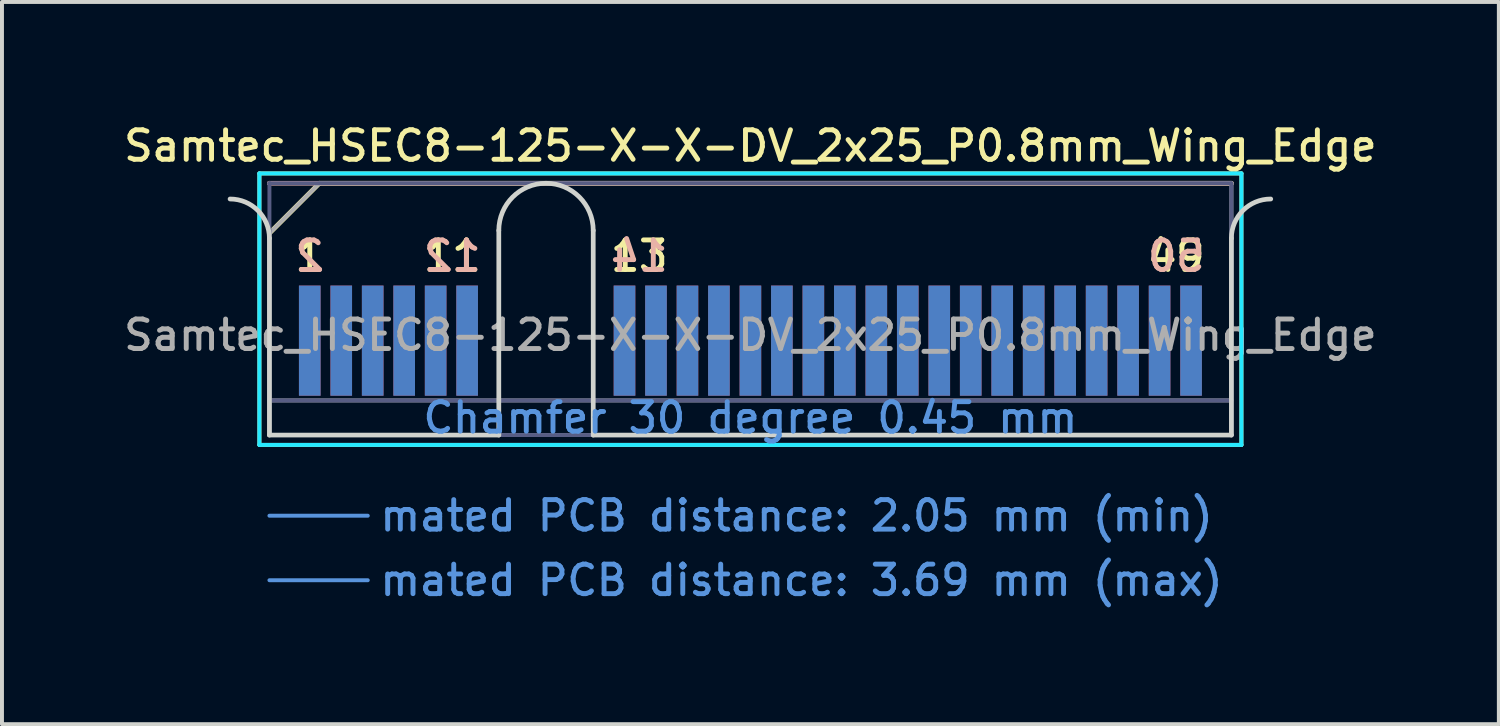
<source format=kicad_pcb>
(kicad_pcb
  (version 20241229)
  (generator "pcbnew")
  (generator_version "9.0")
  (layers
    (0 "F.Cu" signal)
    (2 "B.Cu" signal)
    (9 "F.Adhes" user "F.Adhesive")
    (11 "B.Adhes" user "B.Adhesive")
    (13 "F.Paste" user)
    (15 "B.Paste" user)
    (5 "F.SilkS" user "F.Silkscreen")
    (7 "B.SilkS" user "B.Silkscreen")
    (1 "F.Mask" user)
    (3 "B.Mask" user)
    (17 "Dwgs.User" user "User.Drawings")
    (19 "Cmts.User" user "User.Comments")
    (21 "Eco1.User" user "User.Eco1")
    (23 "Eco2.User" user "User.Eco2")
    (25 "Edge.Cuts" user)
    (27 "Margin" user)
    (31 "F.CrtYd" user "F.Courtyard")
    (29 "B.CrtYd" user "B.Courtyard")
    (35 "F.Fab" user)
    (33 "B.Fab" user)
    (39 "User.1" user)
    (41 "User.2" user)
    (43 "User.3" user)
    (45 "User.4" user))
  (footprint "Samtec_HSEC8-125-X-X-DV_2x25_P0.8mm_Wing_Edge"
    (layer "F.Cu")
    (at 16.023 8.008)
    (property "Reference" "Samtec_HSEC8-125-X-X-DV_2x25_P0.8mm_Wing_Edge" (at 0 -7.35 0) (layer "F.SilkS") (effects (font (size 0.75 0.75) (thickness 0.125))))
    (attr exclude_from_pos_files exclude_from_bom)
    (fp_line (start -12.48 -6.65) (end -12.48 0.25) (stroke (width 0.1) (type solid)) (layer "F.SilkS"))
    (fp_line (start -12.48 0.25) (end 12.48 0.25) (stroke (width 0.1) (type solid)) (layer "F.SilkS"))
    (fp_line (start -12.225 -5.13) (end -10.955 -6.4) (stroke (width 0.12) (type solid)) (layer "F.SilkS"))
    (fp_line (start -10.955 -6.4) (end 12.225 -6.4) (stroke (width 0.12) (type solid)) (layer "F.SilkS"))
    (fp_line (start 12.48 -6.65) (end -12.48 -6.65) (stroke (width 0.1) (type solid)) (layer "F.SilkS"))
    (fp_line (start 12.48 0.25) (end 12.48 -6.65) (stroke (width 0.1) (type solid)) (layer "F.SilkS"))
    (fp_line (start -12.225 -6.4) (end -12.225 -6.4) (stroke (width 0.12) (type solid)) (layer "B.SilkS"))
    (fp_line (start -12.225 -6.4) (end 12.225 -6.4) (stroke (width 0.12) (type solid)) (layer "B.SilkS"))
    (fp_line (start -12.225 2.05) (end -9.725 2.05) (stroke (width 0.1) (type solid)) (layer "Cmts.User"))
    (fp_line (start -12.225 3.69) (end -9.725 3.69) (stroke (width 0.1) (type solid)) (layer "Cmts.User"))
    (fp_line (start -12.225 -5) (end -12.225 0) (stroke (width 0.12) (type solid)) (layer "Edge.Cuts"))
    (fp_line (start -12.225 0) (end -6.395 0) (stroke (width 0.12) (type solid)) (layer "Edge.Cuts"))
    (fp_line (start -6.395 0) (end -6.395 -5.2) (stroke (width 0.12) (type solid)) (layer "Edge.Cuts"))
    (fp_line (start -3.995 -5.2) (end -3.995 0) (stroke (width 0.12) (type solid)) (layer "Edge.Cuts"))
    (fp_line (start -3.995 0) (end 12.225 0) (stroke (width 0.12) (type solid)) (layer "Edge.Cuts"))
    (fp_line (start 12.225 0) (end 12.225 -5) (stroke (width 0.12) (type solid)) (layer "Edge.Cuts"))
    (fp_arc (start -13.225 -6) (mid -12.517893 -5.707107) (end -12.225 -5) (stroke (width 0.12) (type solid)) (layer "Edge.Cuts"))
    (fp_arc (start -6.395 -5.2) (mid -5.195 -6.4) (end -3.995 -5.2) (stroke (width 0.12) (type solid)) (layer "Edge.Cuts"))
    (fp_arc (start 12.225 -5) (mid 12.517893 -5.707107) (end 13.225 -6) (stroke (width 0.12) (type solid)) (layer "Edge.Cuts"))
    (fp_line (start -12.48 -6.65) (end -12.48 0.25) (stroke (width 0.1) (type solid)) (layer "B.CrtYd"))
    (fp_line (start -12.48 0.25) (end 12.48 0.25) (stroke (width 0.1) (type solid)) (layer "B.CrtYd"))
    (fp_line (start 12.48 -6.65) (end -12.48 -6.65) (stroke (width 0.1) (type solid)) (layer "B.CrtYd"))
    (fp_line (start 12.48 0.25) (end 12.48 -6.65) (stroke (width 0.1) (type solid)) (layer "B.CrtYd"))
    (fp_line (start -12.225 -6.4) (end -12.225 -6.4) (stroke (width 0.1) (type solid)) (layer "B.Fab"))
    (fp_line (start -12.225 -6.4) (end -12.225 0) (stroke (width 0.1) (type solid)) (layer "B.Fab"))
    (fp_line (start -12.225 -6.4) (end 12.225 -6.4) (stroke (width 0.1) (type solid)) (layer "B.Fab"))
    (fp_line (start -12.225 -0.88) (end 12.225 -0.88) (stroke (width 0.1) (type solid)) (layer "B.Fab"))
    (fp_line (start -12.225 0) (end 12.225 0) (stroke (width 0.1) (type solid)) (layer "B.Fab"))
    (fp_line (start 12.225 -6.4) (end 12.225 0) (stroke (width 0.1) (type solid)) (layer "B.Fab"))
    (fp_line (start -12.225 -5.13) (end -12.225 0) (stroke (width 0.1) (type solid)) (layer "F.Fab"))
    (fp_line (start -12.225 -5.13) (end -10.955 -6.4) (stroke (width 0.1) (type solid)) (layer "F.Fab"))
    (fp_line (start -12.225 -0.88) (end 12.225 -0.88) (stroke (width 0.1) (type solid)) (layer "F.Fab"))
    (fp_line (start -12.225 0) (end 12.225 0) (stroke (width 0.1) (type solid)) (layer "F.Fab"))
    (fp_line (start -10.955 -6.4) (end 12.225 -6.4) (stroke (width 0.1) (type solid)) (layer "F.Fab"))
    (fp_line (start 12.225 -6.4) (end 12.225 0) (stroke (width 0.1) (type solid)) (layer "F.Fab"))
    (fp_text user "11" (at -7.575 -4.55 0) (layer "F.SilkS") (effects (font (size 0.75 0.75) (thickness 0.125))))
    (fp_text user "13" (at -2.825 -4.55 0) (layer "F.SilkS") (effects (font (size 0.75 0.75) (thickness 0.125))))
    (fp_text user "49" (at 10.825 -4.55 0) (layer "F.SilkS") (effects (font (size 0.75 0.75) (thickness 0.125))))
    (fp_text user "1" (at -11.2 -4.55 0) (layer "F.SilkS") (effects (font (size 0.75 0.75) (thickness 0.125))))
    (fp_text user "14" (at -2.825 -4.55 0) (layer "B.SilkS") (effects (font (size 0.75 0.75) (thickness 0.125)) (justify mirror)))
    (fp_text user "12" (at -7.575 -4.55 0) (layer "B.SilkS") (effects (font (size 0.75 0.75) (thickness 0.125)) (justify mirror)))
    (fp_text user "2" (at -11.2 -4.55 0) (layer "B.SilkS") (effects (font (size 0.75 0.75) (thickness 0.125)) (justify mirror)))
    (fp_text user "50" (at 10.825 -4.55 0) (layer "B.SilkS") (effects (font (size 0.75 0.75) (thickness 0.125)) (justify mirror)))
    (fp_text user "mated PCB distance: 3.69 mm (max)" (at -9.48 3.69 0) (layer "Cmts.User") (effects (font (size 0.75 0.75) (thickness 0.125)) (justify left)))
    (fp_text user "mated PCB distance: 2.05 mm (min)" (at -9.48 2.05 0) (layer "Cmts.User") (effects (font (size 0.75 0.75) (thickness 0.125)) (justify left)))
    (fp_text user "Chamfer 30 degree 0.45 mm" (at 0 -0.44 0) (layer "Cmts.User") (effects (font (size 0.75 0.75) (thickness 0.125))))
    (fp_text user "${REFERENCE}" (at 0 -2.54 0) (layer "F.Fab") (effects (font (size 0.75 0.75) (thickness 0.125))))
    (pad "1" connect rect (at -11.2 -2.4) (size 0.55 2.8) (layers "F.Cu" "F.Mask"))
    (pad "2" connect rect (at -11.2 -2.4) (size 0.55 2.8) (layers "B.Cu" "B.Mask"))
    (pad "3" connect rect (at -10.4 -2.4) (size 0.55 2.8) (layers "F.Cu" "F.Mask"))
    (pad "4" connect rect (at -10.4 -2.4) (size 0.55 2.8) (layers "B.Cu" "B.Mask"))
    (pad "5" connect rect (at -9.6 -2.4) (size 0.55 2.8) (layers "F.Cu" "F.Mask"))
    (pad "6" connect rect (at -9.6 -2.4) (size 0.55 2.8) (layers "B.Cu" "B.Mask"))
    (pad "7" connect rect (at -8.8 -2.4) (size 0.55 2.8) (layers "F.Cu" "F.Mask"))
    (pad "8" connect rect (at -8.8 -2.4) (size 0.55 2.8) (layers "B.Cu" "B.Mask"))
    (pad "9" connect rect (at -8 -2.4) (size 0.55 2.8) (layers "F.Cu" "F.Mask"))
    (pad "10" connect rect (at -8 -2.4) (size 0.55 2.8) (layers "B.Cu" "B.Mask"))
    (pad "11" connect rect (at -7.2 -2.4) (size 0.55 2.8) (layers "F.Cu" "F.Mask"))
    (pad "12" connect rect (at -7.2 -2.4) (size 0.55 2.8) (layers "B.Cu" "B.Mask"))
    (pad "13" connect rect (at -3.2 -2.4) (size 0.55 2.8) (layers "F.Cu" "F.Mask"))
    (pad "14" connect rect (at -3.2 -2.4) (size 0.55 2.8) (layers "B.Cu" "B.Mask"))
    (pad "15" connect rect (at -2.4 -2.4) (size 0.55 2.8) (layers "F.Cu" "F.Mask"))
    (pad "16" connect rect (at -2.4 -2.4) (size 0.55 2.8) (layers "B.Cu" "B.Mask"))
    (pad "17" connect rect (at -1.6 -2.4) (size 0.55 2.8) (layers "F.Cu" "F.Mask"))
    (pad "18" connect rect (at -1.6 -2.4) (size 0.55 2.8) (layers "B.Cu" "B.Mask"))
    (pad "19" connect rect (at -0.8 -2.4) (size 0.55 2.8) (layers "F.Cu" "F.Mask"))
    (pad "20" connect rect (at -0.8 -2.4) (size 0.55 2.8) (layers "B.Cu" "B.Mask"))
    (pad "21" connect rect (at 0 -2.4) (size 0.55 2.8) (layers "F.Cu" "F.Mask"))
    (pad "22" connect rect (at 0 -2.4) (size 0.55 2.8) (layers "B.Cu" "B.Mask"))
    (pad "23" connect rect (at 0.8 -2.4) (size 0.55 2.8) (layers "F.Cu" "F.Mask"))
    (pad "24" connect rect (at 0.8 -2.4) (size 0.55 2.8) (layers "B.Cu" "B.Mask"))
    (pad "25" connect rect (at 1.6 -2.4) (size 0.55 2.8) (layers "F.Cu" "F.Mask"))
    (pad "26" connect rect (at 1.6 -2.4) (size 0.55 2.8) (layers "B.Cu" "B.Mask"))
    (pad "27" connect rect (at 2.4 -2.4) (size 0.55 2.8) (layers "F.Cu" "F.Mask"))
    (pad "28" connect rect (at 2.4 -2.4) (size 0.55 2.8) (layers "B.Cu" "B.Mask"))
    (pad "29" connect rect (at 3.2 -2.4) (size 0.55 2.8) (layers "F.Cu" "F.Mask"))
    (pad "30" connect rect (at 3.2 -2.4) (size 0.55 2.8) (layers "B.Cu" "B.Mask"))
    (pad "31" connect rect (at 4 -2.4) (size 0.55 2.8) (layers "F.Cu" "F.Mask"))
    (pad "32" connect rect (at 4 -2.4) (size 0.55 2.8) (layers "B.Cu" "B.Mask"))
    (pad "33" connect rect (at 4.8 -2.4) (size 0.55 2.8) (layers "F.Cu" "F.Mask"))
    (pad "34" connect rect (at 4.8 -2.4) (size 0.55 2.8) (layers "B.Cu" "B.Mask"))
    (pad "35" connect rect (at 5.6 -2.4) (size 0.55 2.8) (layers "F.Cu" "F.Mask"))
    (pad "36" connect rect (at 5.6 -2.4) (size 0.55 2.8) (layers "B.Cu" "B.Mask"))
    (pad "37" connect rect (at 6.4 -2.4) (size 0.55 2.8) (layers "F.Cu" "F.Mask"))
    (pad "38" connect rect (at 6.4 -2.4) (size 0.55 2.8) (layers "B.Cu" "B.Mask"))
    (pad "39" connect rect (at 7.2 -2.4) (size 0.55 2.8) (layers "F.Cu" "F.Mask"))
    (pad "40" connect rect (at 7.2 -2.4) (size 0.55 2.8) (layers "B.Cu" "B.Mask"))
    (pad "41" connect rect (at 8 -2.4) (size 0.55 2.8) (layers "F.Cu" "F.Mask"))
    (pad "42" connect rect (at 8 -2.4) (size 0.55 2.8) (layers "B.Cu" "B.Mask"))
    (pad "43" connect rect (at 8.8 -2.4) (size 0.55 2.8) (layers "F.Cu" "F.Mask"))
    (pad "44" connect rect (at 8.8 -2.4) (size 0.55 2.8) (layers "B.Cu" "B.Mask"))
    (pad "45" connect rect (at 9.6 -2.4) (size 0.55 2.8) (layers "F.Cu" "F.Mask"))
    (pad "46" connect rect (at 9.6 -2.4) (size 0.55 2.8) (layers "B.Cu" "B.Mask"))
    (pad "47" connect rect (at 10.4 -2.4) (size 0.55 2.8) (layers "F.Cu" "F.Mask"))
    (pad "48" connect rect (at 10.4 -2.4) (size 0.55 2.8) (layers "B.Cu" "B.Mask"))
    (pad "49" connect rect (at 11.2 -2.4) (size 0.55 2.8) (layers "F.Cu" "F.Mask"))
    (pad "50" connect rect (at 11.2 -2.4) (size 0.55 2.8) (layers "B.Cu" "B.Mask")))
  (gr_rect
    (start -3 -3)
    (end 35.046 15.356)
    (stroke (width 0.1) (type default))
    (fill no)
    (layer "Edge.Cuts")))
</source>
